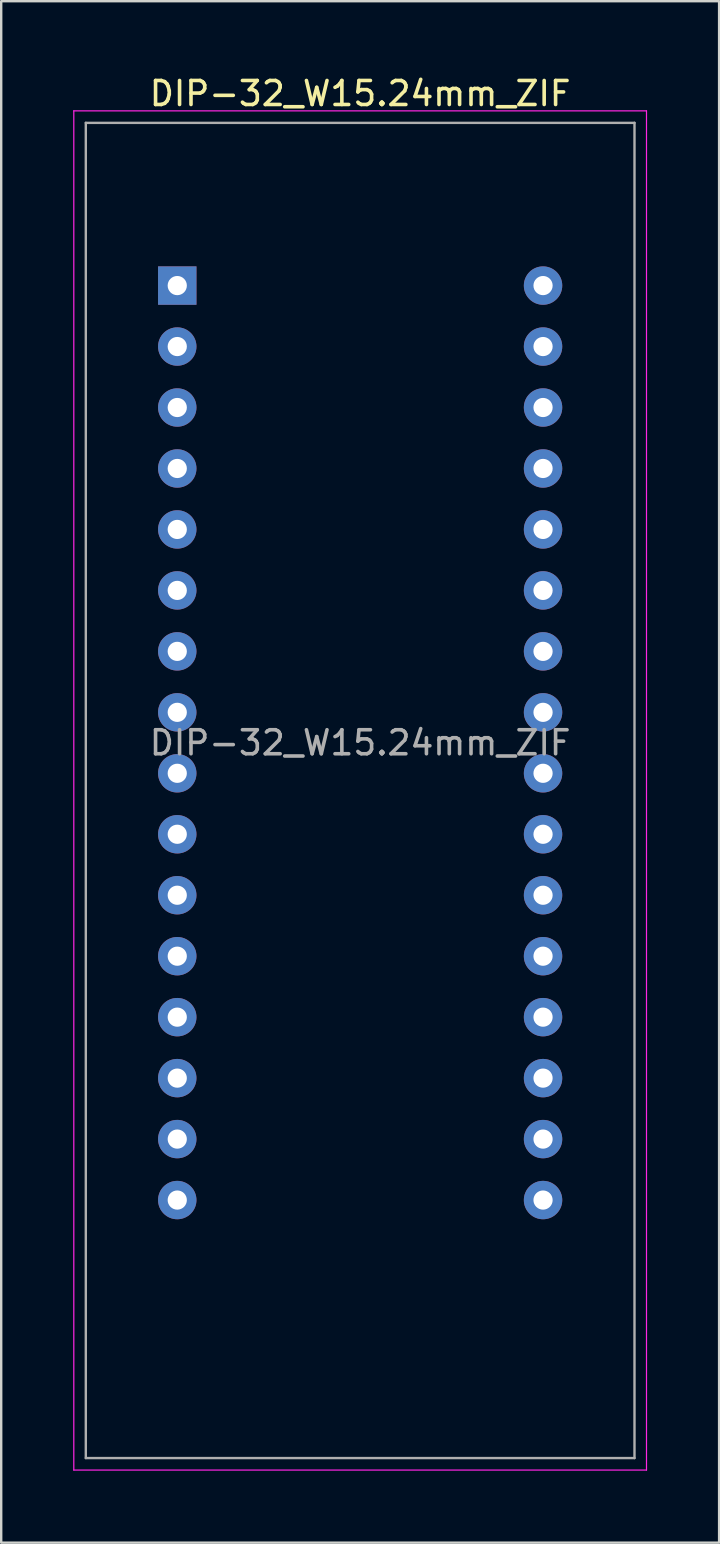
<source format=kicad_pcb>
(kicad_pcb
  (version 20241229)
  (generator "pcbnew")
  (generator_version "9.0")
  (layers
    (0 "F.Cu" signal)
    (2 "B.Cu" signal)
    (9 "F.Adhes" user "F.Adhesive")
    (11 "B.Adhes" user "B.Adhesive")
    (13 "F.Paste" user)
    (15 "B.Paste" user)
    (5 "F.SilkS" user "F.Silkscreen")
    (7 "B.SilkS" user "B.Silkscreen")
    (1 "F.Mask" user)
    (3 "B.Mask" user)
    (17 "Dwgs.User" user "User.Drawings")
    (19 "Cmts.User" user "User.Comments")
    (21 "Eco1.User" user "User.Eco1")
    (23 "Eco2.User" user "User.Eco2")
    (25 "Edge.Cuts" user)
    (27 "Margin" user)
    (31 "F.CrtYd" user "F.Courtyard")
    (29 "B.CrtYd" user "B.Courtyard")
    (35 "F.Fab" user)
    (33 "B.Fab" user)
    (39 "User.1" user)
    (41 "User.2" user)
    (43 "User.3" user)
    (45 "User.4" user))
  (footprint "DIP-32_W15.24mm_ZIF"
    (layer "F.Cu")
    (at 4.335 8.848)
    (property "Reference" "DIP-32_W15.24mm_ZIF" (at 7.62 -8 0) (layer "F.SilkS") (effects (font (size 1 1) (thickness 0.15))))
    (attr through_hole)
    (fp_line (start -4.31 -7.28) (end -4.31 49.35) (stroke (width 0.05) (type solid)) (layer "F.CrtYd"))
    (fp_line (start -4.31 49.35) (end 19.55 49.35) (stroke (width 0.05) (type solid)) (layer "F.CrtYd"))
    (fp_line (start 19.55 -7.28) (end -4.31 -7.28) (stroke (width 0.05) (type solid)) (layer "F.CrtYd"))
    (fp_line (start 19.55 49.35) (end 19.55 -7.28) (stroke (width 0.05) (type solid)) (layer "F.CrtYd"))
    (fp_line (start -3.81 -6.78) (end -3.81 48.85) (stroke (width 0.1) (type solid)) (layer "F.Fab"))
    (fp_line (start -3.81 48.85) (end 19.05 48.85) (stroke (width 0.1) (type solid)) (layer "F.Fab"))
    (fp_line (start 19.05 -6.78) (end -3.81 -6.78) (stroke (width 0.1) (type solid)) (layer "F.Fab"))
    (fp_line (start 19.05 48.85) (end 19.05 -6.78) (stroke (width 0.1) (type solid)) (layer "F.Fab"))
    (fp_text user "${REFERENCE}" (at 7.62 19.05 0) (layer "F.Fab") (effects (font (size 1 1) (thickness 0.15))))
    (pad "1" thru_hole rect (at 0 0) (size 1.6 1.6) (drill 0.8) (layers "*.Cu" "*.Mask"))
    (pad "2" thru_hole oval (at 0 2.54) (size 1.6 1.6) (drill 0.8) (layers "*.Cu" "*.Mask"))
    (pad "3" thru_hole oval (at 0 5.08) (size 1.6 1.6) (drill 0.8) (layers "*.Cu" "*.Mask"))
    (pad "4" thru_hole oval (at 0 7.62) (size 1.6 1.6) (drill 0.8) (layers "*.Cu" "*.Mask"))
    (pad "5" thru_hole oval (at 0 10.16) (size 1.6 1.6) (drill 0.8) (layers "*.Cu" "*.Mask"))
    (pad "6" thru_hole oval (at 0 12.7) (size 1.6 1.6) (drill 0.8) (layers "*.Cu" "*.Mask"))
    (pad "7" thru_hole oval (at 0 15.24) (size 1.6 1.6) (drill 0.8) (layers "*.Cu" "*.Mask"))
    (pad "8" thru_hole oval (at 0 17.78) (size 1.6 1.6) (drill 0.8) (layers "*.Cu" "*.Mask"))
    (pad "9" thru_hole oval (at 0 20.32) (size 1.6 1.6) (drill 0.8) (layers "*.Cu" "*.Mask"))
    (pad "10" thru_hole oval (at 0 22.86) (size 1.6 1.6) (drill 0.8) (layers "*.Cu" "*.Mask"))
    (pad "11" thru_hole oval (at 0 25.4) (size 1.6 1.6) (drill 0.8) (layers "*.Cu" "*.Mask"))
    (pad "12" thru_hole oval (at 0 27.94) (size 1.6 1.6) (drill 0.8) (layers "*.Cu" "*.Mask"))
    (pad "13" thru_hole oval (at 0 30.48) (size 1.6 1.6) (drill 0.8) (layers "*.Cu" "*.Mask"))
    (pad "14" thru_hole oval (at 0 33.02) (size 1.6 1.6) (drill 0.8) (layers "*.Cu" "*.Mask"))
    (pad "15" thru_hole oval (at 0 35.56) (size 1.6 1.6) (drill 0.8) (layers "*.Cu" "*.Mask"))
    (pad "16" thru_hole oval (at 0 38.1) (size 1.6 1.6) (drill 0.8) (layers "*.Cu" "*.Mask"))
    (pad "17" thru_hole oval (at 15.24 38.1) (size 1.6 1.6) (drill 0.8) (layers "*.Cu" "*.Mask"))
    (pad "18" thru_hole oval (at 15.24 35.56) (size 1.6 1.6) (drill 0.8) (layers "*.Cu" "*.Mask"))
    (pad "19" thru_hole oval (at 15.24 33.02) (size 1.6 1.6) (drill 0.8) (layers "*.Cu" "*.Mask"))
    (pad "20" thru_hole oval (at 15.24 30.48) (size 1.6 1.6) (drill 0.8) (layers "*.Cu" "*.Mask"))
    (pad "21" thru_hole oval (at 15.24 27.94) (size 1.6 1.6) (drill 0.8) (layers "*.Cu" "*.Mask"))
    (pad "22" thru_hole oval (at 15.24 25.4) (size 1.6 1.6) (drill 0.8) (layers "*.Cu" "*.Mask"))
    (pad "23" thru_hole oval (at 15.24 22.86) (size 1.6 1.6) (drill 0.8) (layers "*.Cu" "*.Mask"))
    (pad "24" thru_hole oval (at 15.24 20.32) (size 1.6 1.6) (drill 0.8) (layers "*.Cu" "*.Mask"))
    (pad "25" thru_hole oval (at 15.24 17.78) (size 1.6 1.6) (drill 0.8) (layers "*.Cu" "*.Mask"))
    (pad "26" thru_hole oval (at 15.24 15.24) (size 1.6 1.6) (drill 0.8) (layers "*.Cu" "*.Mask"))
    (pad "27" thru_hole oval (at 15.24 12.7) (size 1.6 1.6) (drill 0.8) (layers "*.Cu" "*.Mask"))
    (pad "28" thru_hole oval (at 15.24 10.16) (size 1.6 1.6) (drill 0.8) (layers "*.Cu" "*.Mask"))
    (pad "29" thru_hole oval (at 15.24 7.62) (size 1.6 1.6) (drill 0.8) (layers "*.Cu" "*.Mask"))
    (pad "30" thru_hole oval (at 15.24 5.08) (size 1.6 1.6) (drill 0.8) (layers "*.Cu" "*.Mask"))
    (pad "31" thru_hole oval (at 15.24 2.54) (size 1.6 1.6) (drill 0.8) (layers "*.Cu" "*.Mask"))
    (pad "32" thru_hole oval (at 15.24 0) (size 1.6 1.6) (drill 0.8) (layers "*.Cu" "*.Mask")))
  (gr_rect
    (start -3 -3)
    (end 26.91 61.223)
    (stroke (width 0.1) (type default))
    (fill no)
    (layer "Edge.Cuts")))
</source>
